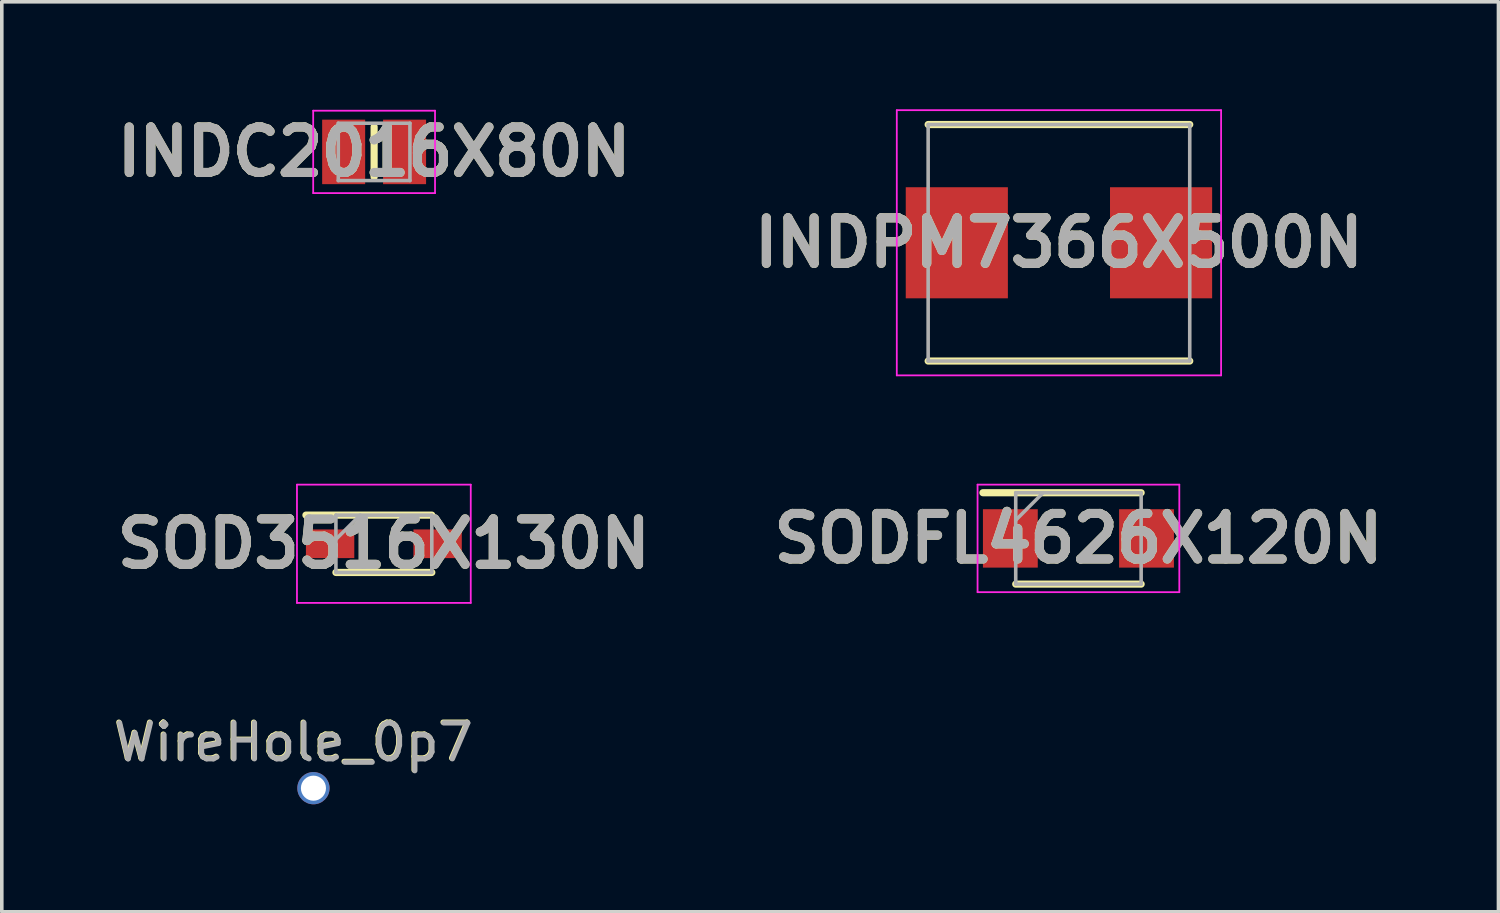
<source format=kicad_pcb>
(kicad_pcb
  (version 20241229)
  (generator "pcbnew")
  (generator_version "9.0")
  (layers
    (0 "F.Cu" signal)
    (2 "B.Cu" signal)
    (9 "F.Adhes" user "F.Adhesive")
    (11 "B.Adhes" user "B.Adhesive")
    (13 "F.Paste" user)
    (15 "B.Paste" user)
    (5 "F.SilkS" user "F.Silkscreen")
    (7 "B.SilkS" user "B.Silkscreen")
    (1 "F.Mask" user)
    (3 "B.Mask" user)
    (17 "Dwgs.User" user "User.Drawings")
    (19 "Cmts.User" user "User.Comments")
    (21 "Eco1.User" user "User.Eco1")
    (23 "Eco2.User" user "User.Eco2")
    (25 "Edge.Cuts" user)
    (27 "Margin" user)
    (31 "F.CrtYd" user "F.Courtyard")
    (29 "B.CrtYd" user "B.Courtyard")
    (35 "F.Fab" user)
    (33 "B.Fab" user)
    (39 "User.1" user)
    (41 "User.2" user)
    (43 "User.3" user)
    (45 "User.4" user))
  (footprint "SOD3516X130N"
    (layer "F.Cu")
    (at 7.662 12.125)
    (property "Reference" "SOD3516X130N" (at 0 0 0) (layer "F.SilkS") (effects (font (size 1.27 1.27) (thickness 0.254))))
    (attr smd)
    (fp_line (start -2.175 -0.8) (end 1.338 -0.8) (stroke (width 0.2) (type solid)) (layer "F.SilkS"))
    (fp_line (start -1.338 0.8) (end 1.338 0.8) (stroke (width 0.2) (type solid)) (layer "F.SilkS"))
    (fp_line (start -2.425 -1.65) (end 2.425 -1.65) (stroke (width 0.05) (type solid)) (layer "F.CrtYd"))
    (fp_line (start -2.425 1.65) (end -2.425 -1.65) (stroke (width 0.05) (type solid)) (layer "F.CrtYd"))
    (fp_line (start 2.425 -1.65) (end 2.425 1.65) (stroke (width 0.05) (type solid)) (layer "F.CrtYd"))
    (fp_line (start 2.425 1.65) (end -2.425 1.65) (stroke (width 0.05) (type solid)) (layer "F.CrtYd"))
    (fp_line (start -1.338 -0.8) (end 1.338 -0.8) (stroke (width 0.1) (type solid)) (layer "F.Fab"))
    (fp_line (start -1.338 -0.125) (end -0.662 -0.8) (stroke (width 0.1) (type solid)) (layer "F.Fab"))
    (fp_line (start -1.338 0.8) (end -1.338 -0.8) (stroke (width 0.1) (type solid)) (layer "F.Fab"))
    (fp_line (start 1.338 -0.8) (end 1.338 0.8) (stroke (width 0.1) (type solid)) (layer "F.Fab"))
    (fp_line (start 1.338 0.8) (end -1.338 0.8) (stroke (width 0.1) (type solid)) (layer "F.Fab"))
    (fp_text user "${REFERENCE}" (at 0 0 0) (layer "F.Fab") (effects (font (size 1.27 1.27) (thickness 0.254))))
    (pad "1" smd rect (at -1.5 0 90) (size 0.8 1.35) (layers "F.Cu" "F.Mask" "F.Paste"))
    (pad "2" smd rect (at 1.5 0 90) (size 0.8 1.35) (layers "F.Cu" "F.Mask" "F.Paste")))
  (footprint "INDPM7366X500N"
    (layer "F.Cu")
    (at 26.501 3.725)
    (property "Reference" "INDPM7366X500N" (at 0 0 0) (layer "F.SilkS") (effects (font (size 1.27 1.27) (thickness 0.254))))
    (attr smd)
    (fp_line (start -3.65 3.3) (end 3.65 3.3) (stroke (width 0.2) (type solid)) (layer "F.SilkS"))
    (fp_line (start 3.65 -3.3) (end -3.65 -3.3) (stroke (width 0.2) (type solid)) (layer "F.SilkS"))
    (fp_line (start -4.525 -3.7) (end 4.525 -3.7) (stroke (width 0.05) (type solid)) (layer "F.CrtYd"))
    (fp_line (start -4.525 3.7) (end -4.525 -3.7) (stroke (width 0.05) (type solid)) (layer "F.CrtYd"))
    (fp_line (start 4.525 -3.7) (end 4.525 3.7) (stroke (width 0.05) (type solid)) (layer "F.CrtYd"))
    (fp_line (start 4.525 3.7) (end -4.525 3.7) (stroke (width 0.05) (type solid)) (layer "F.CrtYd"))
    (fp_line (start -3.65 -3.3) (end 3.65 -3.3) (stroke (width 0.1) (type solid)) (layer "F.Fab"))
    (fp_line (start -3.65 3.3) (end -3.65 -3.3) (stroke (width 0.1) (type solid)) (layer "F.Fab"))
    (fp_line (start 3.65 -3.3) (end 3.65 3.3) (stroke (width 0.1) (type solid)) (layer "F.Fab"))
    (fp_line (start 3.65 3.3) (end -3.65 3.3) (stroke (width 0.1) (type solid)) (layer "F.Fab"))
    (fp_text user "${REFERENCE}" (at 0 0 0) (layer "F.Fab") (effects (font (size 1.27 1.27) (thickness 0.254))))
    (pad "1" smd rect (at -2.85 0) (size 2.85 3.1) (layers "F.Cu" "F.Mask" "F.Paste"))
    (pad "2" smd rect (at 2.85 0) (size 2.85 3.1) (layers "F.Cu" "F.Mask" "F.Paste")))
  (footprint "INDC2016X80N"
    (layer "F.Cu")
    (at 7.39 1.189)
    (property "Reference" "INDC2016X80N" (at 0 0 0) (layer "F.SilkS") (effects (font (size 1.27 1.27) (thickness 0.254))))
    (attr smd)
    (fp_line (start 0 -0.7) (end 0 0.7) (stroke (width 0.2) (type solid)) (layer "F.SilkS"))
    (fp_line (start -1.7 -1.15) (end 1.7 -1.15) (stroke (width 0.05) (type solid)) (layer "F.CrtYd"))
    (fp_line (start -1.7 1.15) (end -1.7 -1.15) (stroke (width 0.05) (type solid)) (layer "F.CrtYd"))
    (fp_line (start 1.7 -1.15) (end 1.7 1.15) (stroke (width 0.05) (type solid)) (layer "F.CrtYd"))
    (fp_line (start 1.7 1.15) (end -1.7 1.15) (stroke (width 0.05) (type solid)) (layer "F.CrtYd"))
    (fp_line (start -1 -0.8) (end 1 -0.8) (stroke (width 0.1) (type solid)) (layer "F.Fab"))
    (fp_line (start -1 0.8) (end -1 -0.8) (stroke (width 0.1) (type solid)) (layer "F.Fab"))
    (fp_line (start 1 -0.8) (end 1 0.8) (stroke (width 0.1) (type solid)) (layer "F.Fab"))
    (fp_line (start 1 0.8) (end -1 0.8) (stroke (width 0.1) (type solid)) (layer "F.Fab"))
    (fp_text user "${REFERENCE}" (at 0 0 0) (layer "F.Fab") (effects (font (size 1.27 1.27) (thickness 0.254))))
    (pad "1" smd rect (at -0.85 0) (size 1.2 1.8) (layers "F.Cu" "F.Mask" "F.Paste"))
    (pad "2" smd rect (at 0.85 0) (size 1.2 1.8) (layers "F.Cu" "F.Mask" "F.Paste")))
  (footprint "SODFL4626X120N"
    (layer "F.Cu")
    (at 27.045 11.975)
    (property "Reference" "SODFL4626X120N" (at 0 0 0) (layer "F.SilkS") (effects (font (size 1.27 1.27) (thickness 0.254))))
    (attr smd)
    (fp_line (start -2.665 -1.275) (end 1.75 -1.275) (stroke (width 0.2) (type solid)) (layer "F.SilkS"))
    (fp_line (start -1.75 1.275) (end 1.75 1.275) (stroke (width 0.2) (type solid)) (layer "F.SilkS"))
    (fp_line (start -2.815 -1.5) (end 2.815 -1.5) (stroke (width 0.05) (type solid)) (layer "F.CrtYd"))
    (fp_line (start -2.815 1.5) (end -2.815 -1.5) (stroke (width 0.05) (type solid)) (layer "F.CrtYd"))
    (fp_line (start 2.815 -1.5) (end 2.815 1.5) (stroke (width 0.05) (type solid)) (layer "F.CrtYd"))
    (fp_line (start 2.815 1.5) (end -2.815 1.5) (stroke (width 0.05) (type solid)) (layer "F.CrtYd"))
    (fp_line (start -1.75 -1.275) (end 1.75 -1.275) (stroke (width 0.1) (type solid)) (layer "F.Fab"))
    (fp_line (start -1.75 -0.51) (end -0.985 -1.275) (stroke (width 0.1) (type solid)) (layer "F.Fab"))
    (fp_line (start -1.75 1.275) (end -1.75 -1.275) (stroke (width 0.1) (type solid)) (layer "F.Fab"))
    (fp_line (start 1.75 -1.275) (end 1.75 1.275) (stroke (width 0.1) (type solid)) (layer "F.Fab"))
    (fp_line (start 1.75 1.275) (end -1.75 1.275) (stroke (width 0.1) (type solid)) (layer "F.Fab"))
    (fp_text user "${REFERENCE}" (at 0 0 0) (layer "F.Fab") (effects (font (size 1.27 1.27) (thickness 0.254))))
    (pad "1" smd rect (at -1.9 0) (size 1.53 1.63) (layers "F.Cu" "F.Mask" "F.Paste"))
    (pad "2" smd rect (at 1.9 0) (size 1.53 1.63) (layers "F.Cu" "F.Mask" "F.Paste")))
  (footprint "WireHole_0p7"
    (layer "F.Cu")
    (at 5.697 18.945)
    (property "Reference" "WireHole_0p7" (at -0.572 -1.296 0) (unlocked yes) (layer "F.SilkS") (effects (font (size 1 1) (thickness 0.15))))
    (attr smd)
    (fp_text user "${REFERENCE}" (at -0.553 -1.277 0) (unlocked yes) (layer "F.Fab") (effects (font (size 1 1) (thickness 0.15))))
    (pad "1" thru_hole circle (at 0 0) (size 0.9 0.9) (drill 0.7) (layers "*.Cu" "*.Mask")))
  (gr_rect
    (start -3 -3)
    (end 38.766 22.395)
    (stroke (width 0.1) (type default))
    (fill no)
    (layer "Edge.Cuts")))
</source>
